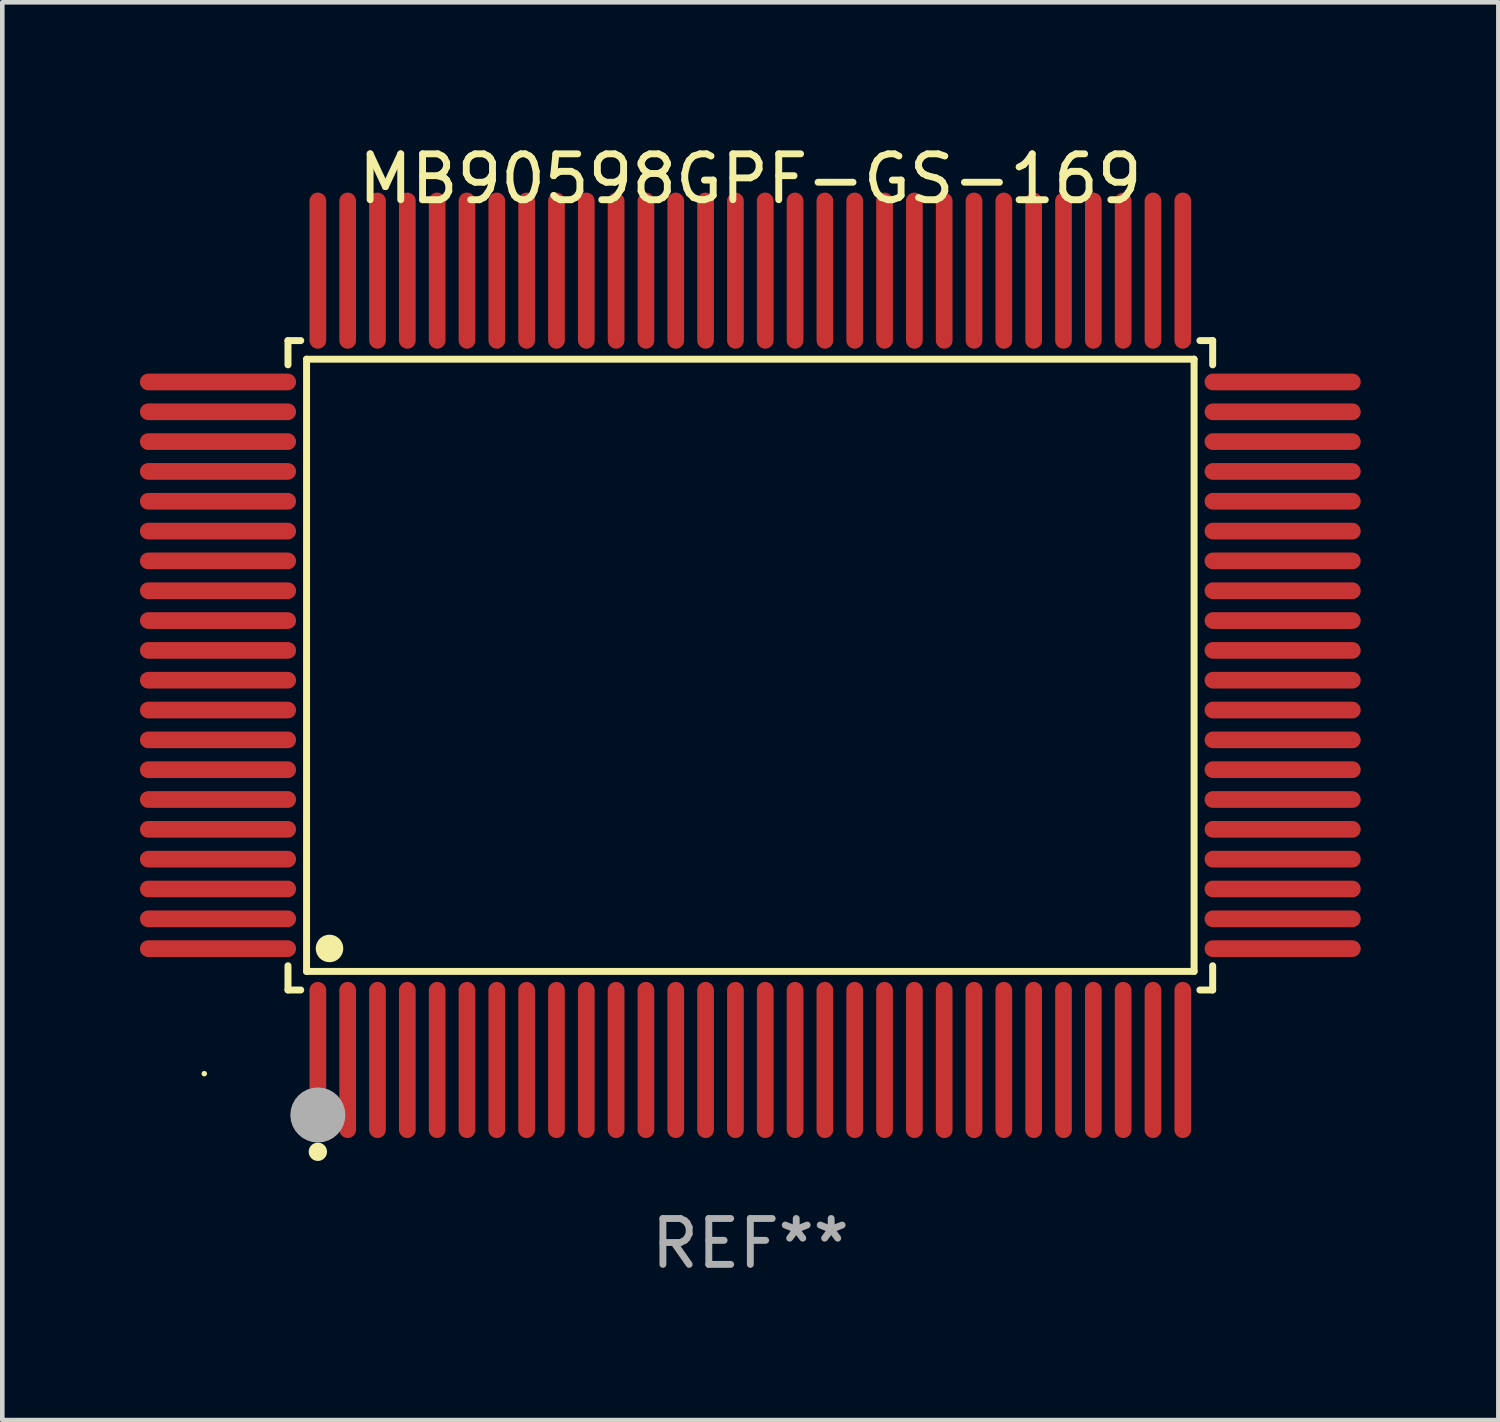
<source format=kicad_pcb>
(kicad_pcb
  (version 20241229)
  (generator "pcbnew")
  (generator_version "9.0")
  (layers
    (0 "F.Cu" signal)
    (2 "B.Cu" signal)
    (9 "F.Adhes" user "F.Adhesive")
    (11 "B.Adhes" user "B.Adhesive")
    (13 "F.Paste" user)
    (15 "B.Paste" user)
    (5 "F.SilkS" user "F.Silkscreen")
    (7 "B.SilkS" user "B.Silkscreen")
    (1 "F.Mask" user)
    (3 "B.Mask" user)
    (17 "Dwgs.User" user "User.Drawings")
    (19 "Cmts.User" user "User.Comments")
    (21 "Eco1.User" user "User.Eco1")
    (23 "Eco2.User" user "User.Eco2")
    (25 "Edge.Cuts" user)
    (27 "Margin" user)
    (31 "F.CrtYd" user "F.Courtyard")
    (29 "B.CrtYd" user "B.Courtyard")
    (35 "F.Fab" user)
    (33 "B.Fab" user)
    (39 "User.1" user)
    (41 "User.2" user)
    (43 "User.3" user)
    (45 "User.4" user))
  (footprint "MB90598GPF-GS-169"
    (layer "F.Cu")
    (at 13.302 11.449)
    (property "Reference" "MB90598GPF-GS-169" (at 0 -10.601 0) (layer "F.SilkS") (effects (font (size 1 1) (thickness 0.15))))
    (attr through_hole)
    (fp_line (start -10.076 -7.076) (end -9.798 -7.076) (stroke (width 0.152) (type solid)) (layer "F.SilkS"))
    (fp_line (start -10.076 -6.548) (end -10.076 -7.076) (stroke (width 0.152) (type solid)) (layer "F.SilkS"))
    (fp_line (start -10.076 6.548) (end -10.076 7.076) (stroke (width 0.152) (type solid)) (layer "F.SilkS"))
    (fp_line (start -10.076 7.076) (end -9.798 7.076) (stroke (width 0.152) (type solid)) (layer "F.SilkS"))
    (fp_line (start -9.671 -6.671) (end 9.671 -6.671) (stroke (width 0.152) (type solid)) (layer "F.SilkS"))
    (fp_line (start -9.671 6.671) (end -9.671 -6.671) (stroke (width 0.152) (type solid)) (layer "F.SilkS"))
    (fp_line (start 9.671 -6.671) (end 9.671 6.671) (stroke (width 0.152) (type solid)) (layer "F.SilkS"))
    (fp_line (start 9.671 6.671) (end -9.671 6.671) (stroke (width 0.152) (type solid)) (layer "F.SilkS"))
    (fp_line (start 10.076 -7.076) (end 9.798 -7.076) (stroke (width 0.152) (type solid)) (layer "F.SilkS"))
    (fp_line (start 10.076 -6.548) (end 10.076 -7.076) (stroke (width 0.152) (type solid)) (layer "F.SilkS"))
    (fp_line (start 10.076 6.548) (end 10.076 7.076) (stroke (width 0.152) (type solid)) (layer "F.SilkS"))
    (fp_line (start 10.076 7.076) (end 9.798 7.076) (stroke (width 0.152) (type solid)) (layer "F.SilkS"))
    (fp_circle (center -11.9 8.9) (end -11.87 8.9) (stroke (width 0.06) (type solid)) (fill no) (layer "F.SilkS"))
    (fp_circle (center -9.425 10.602) (end -9.325 10.602) (stroke (width 0.2) (type solid)) (fill no) (layer "F.SilkS"))
    (fp_circle (center -9.171 6.171) (end -9.021 6.171) (stroke (width 0.3) (type solid)) (fill no) (layer "F.SilkS"))
    (fp_circle (center -9.425 9.8) (end -9.125 9.8) (stroke (width 0.6) (type solid)) (fill no) (layer "F.Fab"))
    (fp_text user "REF**" (at 0 12.601 0) (layer "F.Fab") (effects (font (size 1 1) (thickness 0.15))))
    (pad "1" smd oval (at -9.425 8.601) (size 0.364 3.402) (layers "F.Cu" "F.Mask" "F.Paste"))
    (pad "2" smd oval (at -8.775 8.601) (size 0.364 3.402) (layers "F.Cu" "F.Mask" "F.Paste"))
    (pad "3" smd oval (at -8.125 8.601) (size 0.364 3.402) (layers "F.Cu" "F.Mask" "F.Paste"))
    (pad "4" smd oval (at -7.475 8.601) (size 0.364 3.402) (layers "F.Cu" "F.Mask" "F.Paste"))
    (pad "5" smd oval (at -6.825 8.601) (size 0.364 3.402) (layers "F.Cu" "F.Mask" "F.Paste"))
    (pad "6" smd oval (at -6.175 8.601) (size 0.364 3.402) (layers "F.Cu" "F.Mask" "F.Paste"))
    (pad "7" smd oval (at -5.525 8.601) (size 0.364 3.402) (layers "F.Cu" "F.Mask" "F.Paste"))
    (pad "8" smd oval (at -4.875 8.601) (size 0.364 3.402) (layers "F.Cu" "F.Mask" "F.Paste"))
    (pad "9" smd oval (at -4.225 8.601) (size 0.364 3.402) (layers "F.Cu" "F.Mask" "F.Paste"))
    (pad "10" smd oval (at -3.575 8.601) (size 0.364 3.402) (layers "F.Cu" "F.Mask" "F.Paste"))
    (pad "11" smd oval (at -2.925 8.601) (size 0.364 3.402) (layers "F.Cu" "F.Mask" "F.Paste"))
    (pad "12" smd oval (at -2.275 8.601) (size 0.364 3.402) (layers "F.Cu" "F.Mask" "F.Paste"))
    (pad "13" smd oval (at -1.625 8.601) (size 0.364 3.402) (layers "F.Cu" "F.Mask" "F.Paste"))
    (pad "14" smd oval (at -0.975 8.601) (size 0.364 3.402) (layers "F.Cu" "F.Mask" "F.Paste"))
    (pad "15" smd oval (at -0.325 8.601) (size 0.364 3.402) (layers "F.Cu" "F.Mask" "F.Paste"))
    (pad "16" smd oval (at 0.325 8.601) (size 0.364 3.402) (layers "F.Cu" "F.Mask" "F.Paste"))
    (pad "17" smd oval (at 0.975 8.601) (size 0.364 3.402) (layers "F.Cu" "F.Mask" "F.Paste"))
    (pad "18" smd oval (at 1.625 8.601) (size 0.364 3.402) (layers "F.Cu" "F.Mask" "F.Paste"))
    (pad "19" smd oval (at 2.275 8.601) (size 0.364 3.402) (layers "F.Cu" "F.Mask" "F.Paste"))
    (pad "20" smd oval (at 2.925 8.601) (size 0.364 3.402) (layers "F.Cu" "F.Mask" "F.Paste"))
    (pad "21" smd oval (at 3.575 8.601) (size 0.364 3.402) (layers "F.Cu" "F.Mask" "F.Paste"))
    (pad "22" smd oval (at 4.225 8.601) (size 0.364 3.402) (layers "F.Cu" "F.Mask" "F.Paste"))
    (pad "23" smd oval (at 4.875 8.601) (size 0.364 3.402) (layers "F.Cu" "F.Mask" "F.Paste"))
    (pad "24" smd oval (at 5.525 8.601) (size 0.364 3.402) (layers "F.Cu" "F.Mask" "F.Paste"))
    (pad "25" smd oval (at 6.175 8.601) (size 0.364 3.402) (layers "F.Cu" "F.Mask" "F.Paste"))
    (pad "26" smd oval (at 6.825 8.601) (size 0.364 3.402) (layers "F.Cu" "F.Mask" "F.Paste"))
    (pad "27" smd oval (at 7.475 8.601) (size 0.364 3.402) (layers "F.Cu" "F.Mask" "F.Paste"))
    (pad "28" smd oval (at 8.125 8.601) (size 0.364 3.402) (layers "F.Cu" "F.Mask" "F.Paste"))
    (pad "29" smd oval (at 8.775 8.601) (size 0.364 3.402) (layers "F.Cu" "F.Mask" "F.Paste"))
    (pad "30" smd oval (at 9.425 8.601) (size 0.364 3.402) (layers "F.Cu" "F.Mask" "F.Paste"))
    (pad "31" smd oval (at 11.601 6.175) (size 3.402 0.364) (layers "F.Cu" "F.Mask" "F.Paste"))
    (pad "32" smd oval (at 11.601 5.525) (size 3.402 0.364) (layers "F.Cu" "F.Mask" "F.Paste"))
    (pad "33" smd oval (at 11.601 4.875) (size 3.402 0.364) (layers "F.Cu" "F.Mask" "F.Paste"))
    (pad "34" smd oval (at 11.601 4.225) (size 3.402 0.364) (layers "F.Cu" "F.Mask" "F.Paste"))
    (pad "35" smd oval (at 11.601 3.575) (size 3.402 0.364) (layers "F.Cu" "F.Mask" "F.Paste"))
    (pad "36" smd oval (at 11.601 2.925) (size 3.402 0.364) (layers "F.Cu" "F.Mask" "F.Paste"))
    (pad "37" smd oval (at 11.601 2.275) (size 3.402 0.364) (layers "F.Cu" "F.Mask" "F.Paste"))
    (pad "38" smd oval (at 11.601 1.625) (size 3.402 0.364) (layers "F.Cu" "F.Mask" "F.Paste"))
    (pad "39" smd oval (at 11.601 0.975) (size 3.402 0.364) (layers "F.Cu" "F.Mask" "F.Paste"))
    (pad "40" smd oval (at 11.601 0.325) (size 3.402 0.364) (layers "F.Cu" "F.Mask" "F.Paste"))
    (pad "41" smd oval (at 11.601 -0.325) (size 3.402 0.364) (layers "F.Cu" "F.Mask" "F.Paste"))
    (pad "42" smd oval (at 11.601 -0.975) (size 3.402 0.364) (layers "F.Cu" "F.Mask" "F.Paste"))
    (pad "43" smd oval (at 11.601 -1.625) (size 3.402 0.364) (layers "F.Cu" "F.Mask" "F.Paste"))
    (pad "44" smd oval (at 11.601 -2.275) (size 3.402 0.364) (layers "F.Cu" "F.Mask" "F.Paste"))
    (pad "45" smd oval (at 11.601 -2.925) (size 3.402 0.364) (layers "F.Cu" "F.Mask" "F.Paste"))
    (pad "46" smd oval (at 11.601 -3.575) (size 3.402 0.364) (layers "F.Cu" "F.Mask" "F.Paste"))
    (pad "47" smd oval (at 11.601 -4.225) (size 3.402 0.364) (layers "F.Cu" "F.Mask" "F.Paste"))
    (pad "48" smd oval (at 11.601 -4.875) (size 3.402 0.364) (layers "F.Cu" "F.Mask" "F.Paste"))
    (pad "49" smd oval (at 11.601 -5.525) (size 3.402 0.364) (layers "F.Cu" "F.Mask" "F.Paste"))
    (pad "50" smd oval (at 11.601 -6.175) (size 3.402 0.364) (layers "F.Cu" "F.Mask" "F.Paste"))
    (pad "51" smd oval (at 9.425 -8.601) (size 0.364 3.402) (layers "F.Cu" "F.Mask" "F.Paste"))
    (pad "52" smd oval (at 8.775 -8.601) (size 0.364 3.402) (layers "F.Cu" "F.Mask" "F.Paste"))
    (pad "53" smd oval (at 8.125 -8.601) (size 0.364 3.402) (layers "F.Cu" "F.Mask" "F.Paste"))
    (pad "54" smd oval (at 7.475 -8.601) (size 0.364 3.402) (layers "F.Cu" "F.Mask" "F.Paste"))
    (pad "55" smd oval (at 6.825 -8.601) (size 0.364 3.402) (layers "F.Cu" "F.Mask" "F.Paste"))
    (pad "56" smd oval (at 6.175 -8.601) (size 0.364 3.402) (layers "F.Cu" "F.Mask" "F.Paste"))
    (pad "57" smd oval (at 5.525 -8.601) (size 0.364 3.402) (layers "F.Cu" "F.Mask" "F.Paste"))
    (pad "58" smd oval (at 4.875 -8.601) (size 0.364 3.402) (layers "F.Cu" "F.Mask" "F.Paste"))
    (pad "59" smd oval (at 4.225 -8.601) (size 0.364 3.402) (layers "F.Cu" "F.Mask" "F.Paste"))
    (pad "60" smd oval (at 3.575 -8.601) (size 0.364 3.402) (layers "F.Cu" "F.Mask" "F.Paste"))
    (pad "61" smd oval (at 2.925 -8.601) (size 0.364 3.402) (layers "F.Cu" "F.Mask" "F.Paste"))
    (pad "62" smd oval (at 2.275 -8.601) (size 0.364 3.402) (layers "F.Cu" "F.Mask" "F.Paste"))
    (pad "63" smd oval (at 1.625 -8.601) (size 0.364 3.402) (layers "F.Cu" "F.Mask" "F.Paste"))
    (pad "64" smd oval (at 0.975 -8.601) (size 0.364 3.402) (layers "F.Cu" "F.Mask" "F.Paste"))
    (pad "65" smd oval (at 0.325 -8.601) (size 0.364 3.402) (layers "F.Cu" "F.Mask" "F.Paste"))
    (pad "66" smd oval (at -0.325 -8.601) (size 0.364 3.402) (layers "F.Cu" "F.Mask" "F.Paste"))
    (pad "67" smd oval (at -0.975 -8.601) (size 0.364 3.402) (layers "F.Cu" "F.Mask" "F.Paste"))
    (pad "68" smd oval (at -1.625 -8.601) (size 0.364 3.402) (layers "F.Cu" "F.Mask" "F.Paste"))
    (pad "69" smd oval (at -2.275 -8.601) (size 0.364 3.402) (layers "F.Cu" "F.Mask" "F.Paste"))
    (pad "70" smd oval (at -2.925 -8.601) (size 0.364 3.402) (layers "F.Cu" "F.Mask" "F.Paste"))
    (pad "71" smd oval (at -3.575 -8.601) (size 0.364 3.402) (layers "F.Cu" "F.Mask" "F.Paste"))
    (pad "72" smd oval (at -4.225 -8.601) (size 0.364 3.402) (layers "F.Cu" "F.Mask" "F.Paste"))
    (pad "73" smd oval (at -4.875 -8.601) (size 0.364 3.402) (layers "F.Cu" "F.Mask" "F.Paste"))
    (pad "74" smd oval (at -5.525 -8.601) (size 0.364 3.402) (layers "F.Cu" "F.Mask" "F.Paste"))
    (pad "75" smd oval (at -6.175 -8.601) (size 0.364 3.402) (layers "F.Cu" "F.Mask" "F.Paste"))
    (pad "76" smd oval (at -6.825 -8.601) (size 0.364 3.402) (layers "F.Cu" "F.Mask" "F.Paste"))
    (pad "77" smd oval (at -7.475 -8.601) (size 0.364 3.402) (layers "F.Cu" "F.Mask" "F.Paste"))
    (pad "78" smd oval (at -8.125 -8.601) (size 0.364 3.402) (layers "F.Cu" "F.Mask" "F.Paste"))
    (pad "79" smd oval (at -8.775 -8.601) (size 0.364 3.402) (layers "F.Cu" "F.Mask" "F.Paste"))
    (pad "80" smd oval (at -9.425 -8.601) (size 0.364 3.402) (layers "F.Cu" "F.Mask" "F.Paste"))
    (pad "81" smd oval (at -11.601 -6.175) (size 3.402 0.364) (layers "F.Cu" "F.Mask" "F.Paste"))
    (pad "82" smd oval (at -11.601 -5.525) (size 3.402 0.364) (layers "F.Cu" "F.Mask" "F.Paste"))
    (pad "83" smd oval (at -11.601 -4.875) (size 3.402 0.364) (layers "F.Cu" "F.Mask" "F.Paste"))
    (pad "84" smd oval (at -11.601 -4.225) (size 3.402 0.364) (layers "F.Cu" "F.Mask" "F.Paste"))
    (pad "85" smd oval (at -11.601 -3.575) (size 3.402 0.364) (layers "F.Cu" "F.Mask" "F.Paste"))
    (pad "86" smd oval (at -11.601 -2.925) (size 3.402 0.364) (layers "F.Cu" "F.Mask" "F.Paste"))
    (pad "87" smd oval (at -11.601 -2.275) (size 3.402 0.364) (layers "F.Cu" "F.Mask" "F.Paste"))
    (pad "88" smd oval (at -11.601 -1.625) (size 3.402 0.364) (layers "F.Cu" "F.Mask" "F.Paste"))
    (pad "89" smd oval (at -11.601 -0.975) (size 3.402 0.364) (layers "F.Cu" "F.Mask" "F.Paste"))
    (pad "90" smd oval (at -11.601 -0.325) (size 3.402 0.364) (layers "F.Cu" "F.Mask" "F.Paste"))
    (pad "91" smd oval (at -11.601 0.325) (size 3.402 0.364) (layers "F.Cu" "F.Mask" "F.Paste"))
    (pad "92" smd oval (at -11.601 0.975) (size 3.402 0.364) (layers "F.Cu" "F.Mask" "F.Paste"))
    (pad "93" smd oval (at -11.601 1.625) (size 3.402 0.364) (layers "F.Cu" "F.Mask" "F.Paste"))
    (pad "94" smd oval (at -11.601 2.275) (size 3.402 0.364) (layers "F.Cu" "F.Mask" "F.Paste"))
    (pad "95" smd oval (at -11.601 2.925) (size 3.402 0.364) (layers "F.Cu" "F.Mask" "F.Paste"))
    (pad "96" smd oval (at -11.601 3.575) (size 3.402 0.364) (layers "F.Cu" "F.Mask" "F.Paste"))
    (pad "97" smd oval (at -11.601 4.225) (size 3.402 0.364) (layers "F.Cu" "F.Mask" "F.Paste"))
    (pad "98" smd oval (at -11.601 4.875) (size 3.402 0.364) (layers "F.Cu" "F.Mask" "F.Paste"))
    (pad "99" smd oval (at -11.601 5.525) (size 3.402 0.364) (layers "F.Cu" "F.Mask" "F.Paste"))
    (pad "100" smd oval (at -11.601 6.175) (size 3.402 0.364) (layers "F.Cu" "F.Mask" "F.Paste")))
  (gr_rect
    (start -3 -3)
    (end 29.604 27.898)
    (stroke (width 0.1) (type default))
    (fill no)
    (layer "Edge.Cuts")))
</source>
